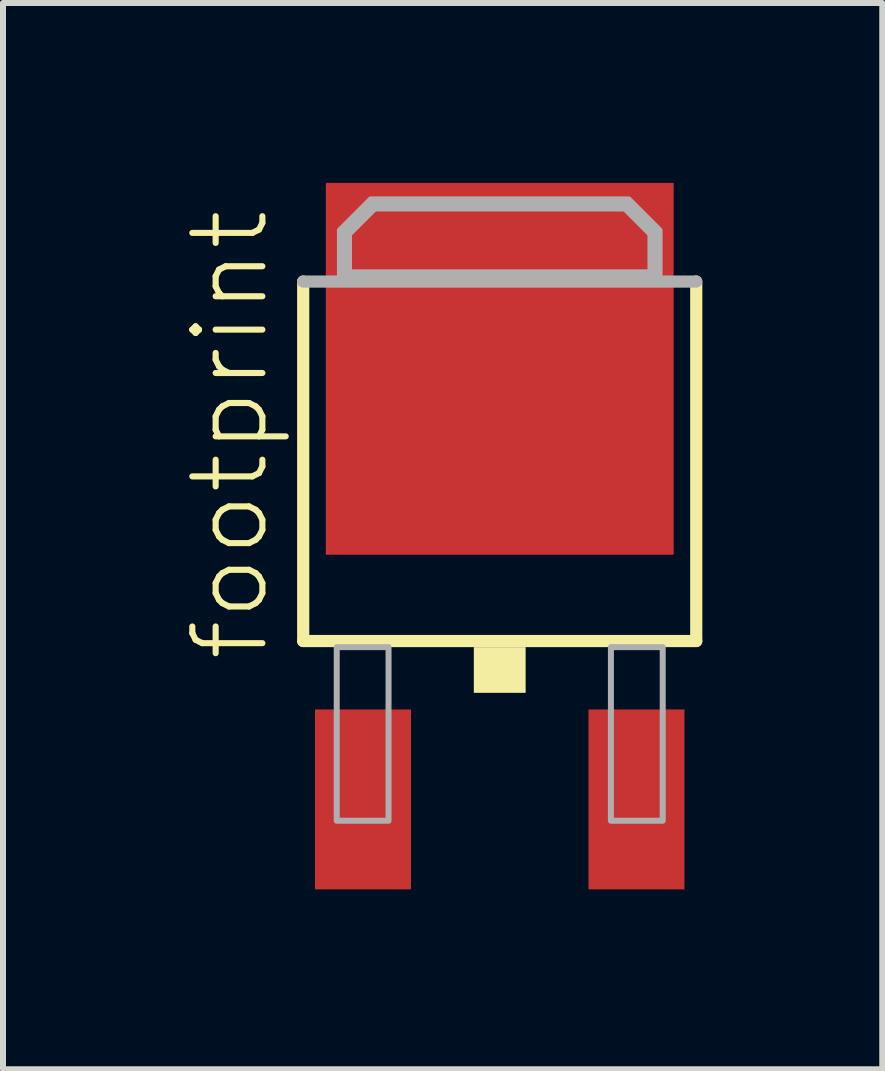
<source format=kicad_pcb>
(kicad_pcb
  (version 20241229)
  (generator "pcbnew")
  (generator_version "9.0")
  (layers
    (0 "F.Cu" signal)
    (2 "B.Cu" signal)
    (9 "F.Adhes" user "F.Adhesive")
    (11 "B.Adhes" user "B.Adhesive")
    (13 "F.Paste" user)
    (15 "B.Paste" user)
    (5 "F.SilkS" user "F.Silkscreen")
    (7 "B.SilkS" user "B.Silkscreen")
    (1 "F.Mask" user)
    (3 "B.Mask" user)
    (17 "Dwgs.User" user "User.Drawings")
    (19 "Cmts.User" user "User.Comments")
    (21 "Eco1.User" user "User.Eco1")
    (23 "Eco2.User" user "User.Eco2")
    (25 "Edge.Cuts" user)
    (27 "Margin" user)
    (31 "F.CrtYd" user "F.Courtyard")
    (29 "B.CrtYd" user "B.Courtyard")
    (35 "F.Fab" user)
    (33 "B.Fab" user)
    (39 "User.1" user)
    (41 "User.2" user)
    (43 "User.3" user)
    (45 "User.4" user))
  (footprint "footprint"
    (layer "F.Cu")
    (at 5.283 5.48)
    (property "Reference" "footprint" (at -3.81 2.54 90) (layer "F.SilkS") (effects (font (size 1.168 1.168) (thickness 0.102)) (justify left bottom)))
    (fp_line (start -3.277 2.159) (end -3.277 -3.835) (stroke (width 0.203) (type solid)) (layer "F.SilkS"))
    (fp_line (start 3.277 -3.835) (end 3.277 2.159) (stroke (width 0.203) (type solid)) (layer "F.SilkS"))
    (fp_line (start 3.277 2.159) (end -3.277 2.159) (stroke (width 0.203) (type solid)) (layer "F.SilkS"))
    (fp_poly (pts (xy -0.432 3.023) (xy 0.432 3.023) (xy 0.432 2.261) (xy -0.432 2.261)) (stroke (width 0) (type solid)) (fill yes) (layer "F.SilkS"))
    (fp_line (start -3.277 -3.835) (end 3.277 -3.835) (stroke (width 0.203) (type solid)) (layer "F.Fab"))
    (fp_line (start -2.565 -4.648) (end -2.108 -5.105) (stroke (width 0.203) (type solid)) (layer "F.Fab"))
    (fp_line (start -2.565 -3.937) (end -2.565 -4.648) (stroke (width 0.203) (type solid)) (layer "F.Fab"))
    (fp_line (start -2.108 -5.105) (end 2.108 -5.105) (stroke (width 0.203) (type solid)) (layer "F.Fab"))
    (fp_line (start 2.108 -5.105) (end 2.565 -4.648) (stroke (width 0.203) (type solid)) (layer "F.Fab"))
    (fp_line (start 2.565 -4.648) (end 2.565 -3.937) (stroke (width 0.203) (type solid)) (layer "F.Fab"))
    (fp_line (start 2.565 -3.937) (end -2.565 -3.937) (stroke (width 0.203) (type solid)) (layer "F.Fab"))
    (fp_poly (pts (xy -2.718 5.156) (xy -1.854 5.156) (xy -1.854 2.261) (xy -2.718 2.261)) (stroke (width 0.1) (type solid)) (fill no) (layer "F.Fab"))
    (fp_poly (pts (xy 1.854 5.156) (xy 2.718 5.156) (xy 2.718 2.261) (xy 1.854 2.261)) (stroke (width 0.1) (type solid)) (fill no) (layer "F.Fab"))
    (fp_poly (pts (xy 2.665 -4.69) (xy 2.665 -3.837) (xy -2.665 -3.837) (xy -2.665 -4.69) (xy -2.15 -5.205) (xy 2.15 -5.205)) (stroke (width 0.1) (type solid)) (fill no) (layer "F.Fab"))
    (pad "1" smd rect (at -2.28 4.8) (size 1.6 3) (layers "F.Cu" "F.Mask" "F.Paste"))
    (pad "3" smd rect (at 2.28 4.8) (size 1.6 3) (layers "F.Cu" "F.Mask" "F.Paste"))
    (pad "4" smd rect (at 0 -2.38) (size 5.8 6.2) (layers "F.Cu" "F.Mask" "F.Paste")))
  (gr_rect
    (start -3 -3)
    (end 11.662 14.78)
    (stroke (width 0.1) (type default))
    (fill no)
    (layer "Edge.Cuts")))
</source>
